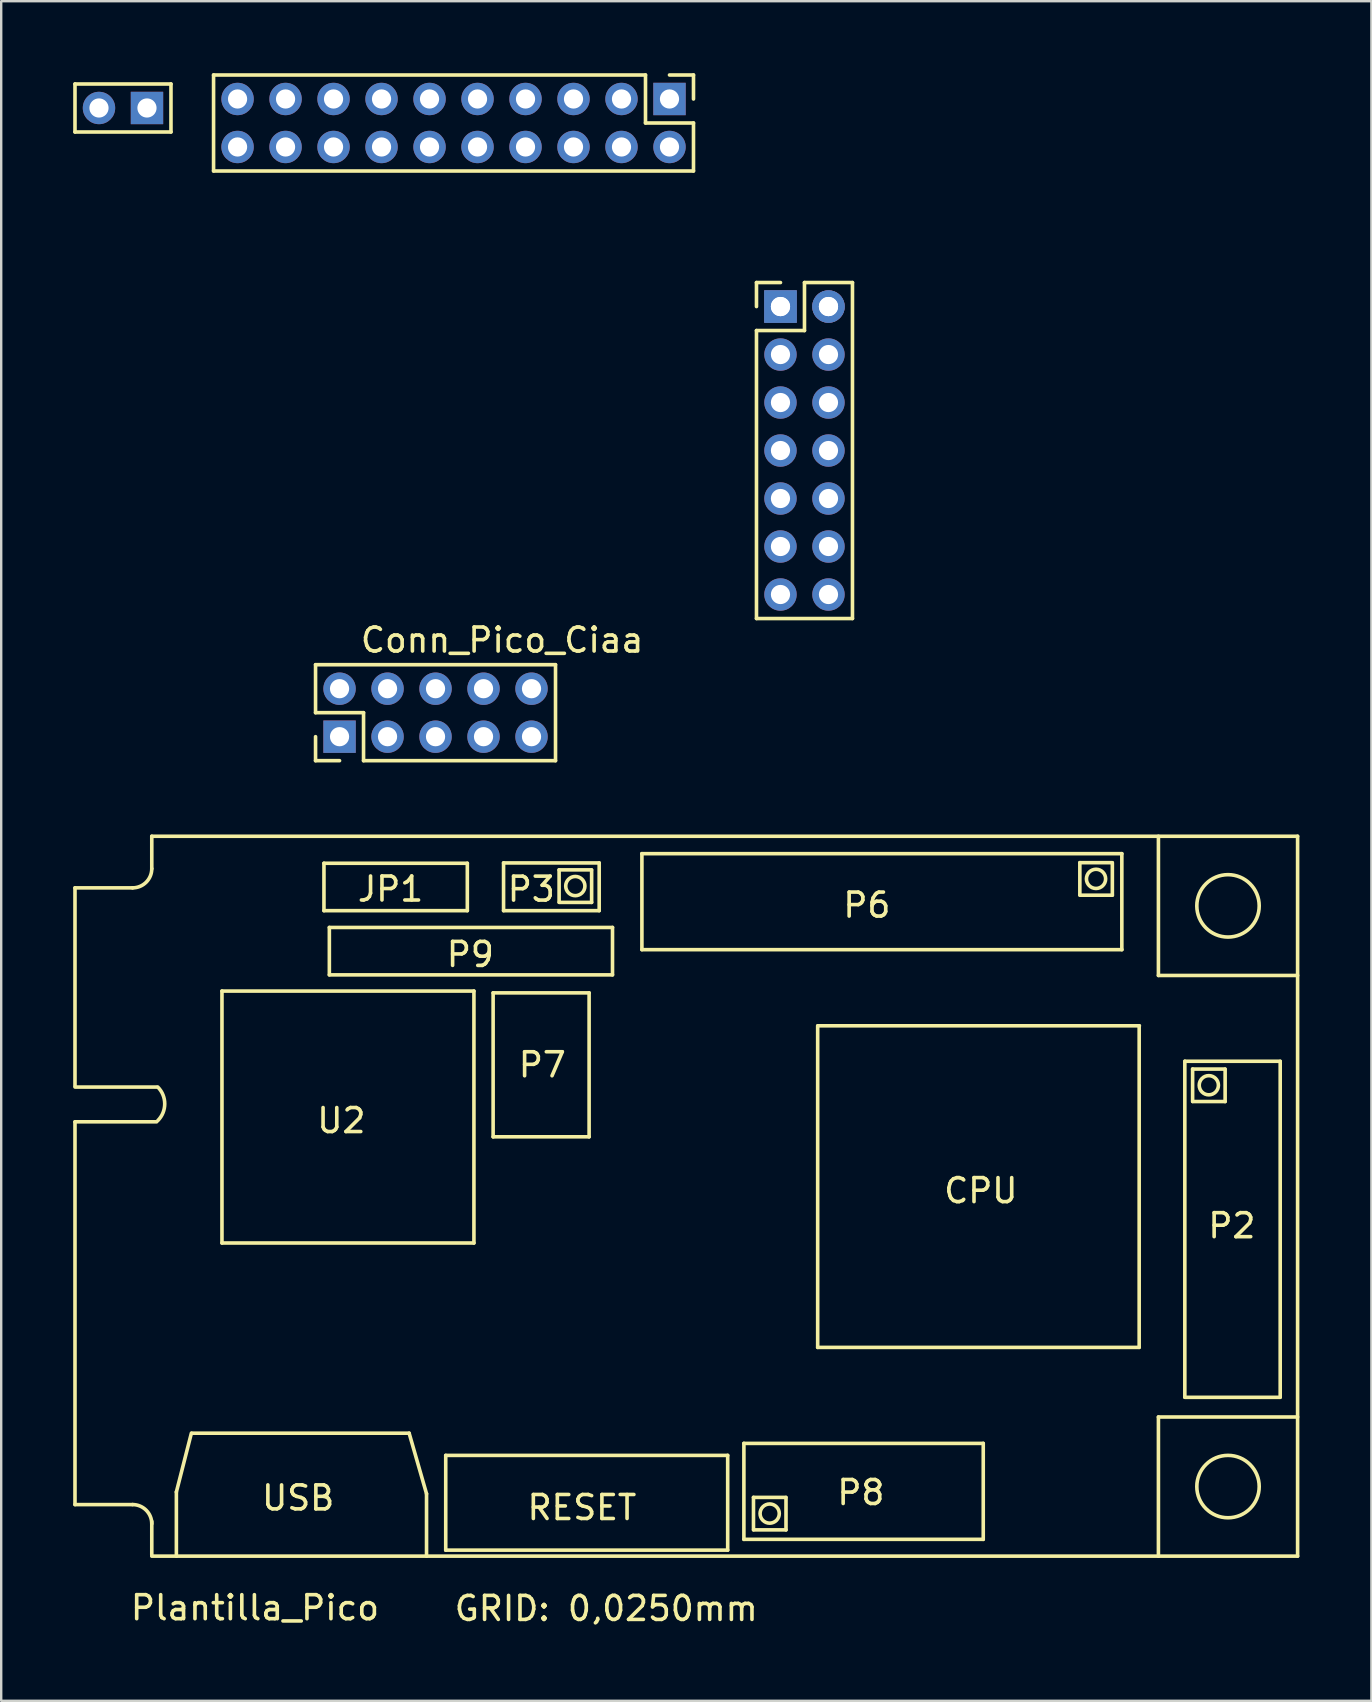
<source format=kicad_pcb>
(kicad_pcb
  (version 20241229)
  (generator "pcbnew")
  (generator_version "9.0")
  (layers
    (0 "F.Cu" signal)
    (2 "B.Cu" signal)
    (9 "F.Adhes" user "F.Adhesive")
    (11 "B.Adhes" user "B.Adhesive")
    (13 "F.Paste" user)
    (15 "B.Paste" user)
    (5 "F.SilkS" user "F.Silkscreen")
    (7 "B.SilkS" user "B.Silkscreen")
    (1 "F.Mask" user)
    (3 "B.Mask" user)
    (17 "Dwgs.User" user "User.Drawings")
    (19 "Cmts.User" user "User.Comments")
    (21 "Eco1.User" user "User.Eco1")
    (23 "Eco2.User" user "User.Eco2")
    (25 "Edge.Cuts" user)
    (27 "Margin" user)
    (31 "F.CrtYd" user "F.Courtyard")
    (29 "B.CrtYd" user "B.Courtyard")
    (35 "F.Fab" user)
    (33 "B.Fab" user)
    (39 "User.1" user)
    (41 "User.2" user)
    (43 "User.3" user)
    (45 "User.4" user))
  (footprint "Conn_Pico_Ciaa"
    (layer "F.Cu")
    (at 29.475 9.725)
    (property "Reference" "Conn_Pico_Ciaa" (at -11.6 13.9 0) (layer "F.SilkS") (effects (font (size 1 1) (thickness 0.15))))
    (attr through_hole)
    (fp_line (start -29.4 -9.275) (end -29.4 -7.275) (stroke (width 0.15) (type solid)) (layer "F.SilkS"))
    (fp_line (start -29.4 -7.275) (end -25.4 -7.275) (stroke (width 0.15) (type solid)) (layer "F.SilkS"))
    (fp_line (start -25.4 -9.275) (end -29.4 -9.275) (stroke (width 0.15) (type solid)) (layer "F.SilkS"))
    (fp_line (start -25.4 -7.275) (end -25.4 -9.275) (stroke (width 0.15) (type solid)) (layer "F.SilkS"))
    (fp_line (start -23.625 -9.65) (end -5.625 -9.65) (stroke (width 0.15) (type solid)) (layer "F.SilkS"))
    (fp_line (start -23.625 -5.65) (end -23.625 -9.65) (stroke (width 0.15) (type solid)) (layer "F.SilkS"))
    (fp_line (start -19.375 14.925) (end -19.375 16.925) (stroke (width 0.15) (type solid)) (layer "F.SilkS"))
    (fp_line (start -19.375 16.925) (end -17.375 16.925) (stroke (width 0.15) (type solid)) (layer "F.SilkS"))
    (fp_line (start -19.375 17.925) (end -19.375 18.925) (stroke (width 0.15) (type solid)) (layer "F.SilkS"))
    (fp_line (start -19.375 18.925) (end -18.375 18.925) (stroke (width 0.15) (type solid)) (layer "F.SilkS"))
    (fp_line (start -17.375 16.925) (end -17.375 18.925) (stroke (width 0.15) (type solid)) (layer "F.SilkS"))
    (fp_line (start -17.375 18.925) (end -9.375 18.925) (stroke (width 0.15) (type solid)) (layer "F.SilkS"))
    (fp_line (start -9.375 14.925) (end -19.375 14.925) (stroke (width 0.15) (type solid)) (layer "F.SilkS"))
    (fp_line (start -9.375 18.925) (end -9.375 14.925) (stroke (width 0.15) (type solid)) (layer "F.SilkS"))
    (fp_line (start -5.625 -9.65) (end -5.625 -7.65) (stroke (width 0.15) (type solid)) (layer "F.SilkS"))
    (fp_line (start -5.625 -7.65) (end -3.625 -7.65) (stroke (width 0.15) (type solid)) (layer "F.SilkS"))
    (fp_line (start -4.625 -9.65) (end -3.625 -9.65) (stroke (width 0.15) (type solid)) (layer "F.SilkS"))
    (fp_line (start -3.625 -9.65) (end -3.625 -8.65) (stroke (width 0.15) (type solid)) (layer "F.SilkS"))
    (fp_line (start -3.625 -7.65) (end -3.625 -5.65) (stroke (width 0.15) (type solid)) (layer "F.SilkS"))
    (fp_line (start -3.625 -5.65) (end -23.625 -5.65) (stroke (width 0.15) (type solid)) (layer "F.SilkS"))
    (fp_line (start -1 -1) (end 0 -1) (stroke (width 0.15) (type solid)) (layer "F.SilkS"))
    (fp_line (start -1 0) (end -1 -1) (stroke (width 0.15) (type solid)) (layer "F.SilkS"))
    (fp_line (start -1 1) (end -1 13) (stroke (width 0.15) (type solid)) (layer "F.SilkS"))
    (fp_line (start -1 13) (end 3 13) (stroke (width 0.15) (type solid)) (layer "F.SilkS"))
    (fp_line (start 1 -1) (end 3 -1) (stroke (width 0.15) (type solid)) (layer "F.SilkS"))
    (fp_line (start 1 1) (end -1 1) (stroke (width 0.15) (type solid)) (layer "F.SilkS"))
    (fp_line (start 1 1) (end 1 -1) (stroke (width 0.15) (type solid)) (layer "F.SilkS"))
    (fp_line (start 3 -1) (end 3 13) (stroke (width 0.15) (type solid)) (layer "F.SilkS"))
    (pad "1" thru_hole rect (at 0 0) (size 1.35 1.35) (drill 0.8) (layers "*.Cu" "*.Mask"))
    (pad "1" thru_hole rect (at 0 0) (size 1.35 1.35) (drill 0.8) (layers "*.Cu" "*.Mask"))
    (pad "2" thru_hole circle (at 2 0) (size 1.35 1.35) (drill 0.8) (layers "*.Cu" "*.Mask"))
    (pad "2" thru_hole circle (at 2 0) (size 1.35 1.35) (drill 0.8) (layers "*.Cu" "*.Mask"))
    (pad "3" thru_hole circle (at 0 2) (size 1.35 1.35) (drill 0.8) (layers "*.Cu" "*.Mask"))
    (pad "4" thru_hole circle (at 2 2) (size 1.35 1.35) (drill 0.8) (layers "*.Cu" "*.Mask"))
    (pad "5" thru_hole circle (at 0 4) (size 1.35 1.35) (drill 0.8) (layers "*.Cu" "*.Mask"))
    (pad "6" thru_hole circle (at 2 4) (size 1.35 1.35) (drill 0.8) (layers "*.Cu" "*.Mask"))
    (pad "7" thru_hole circle (at 0 6) (size 1.35 1.35) (drill 0.8) (layers "*.Cu" "*.Mask"))
    (pad "8" thru_hole circle (at 2 6) (size 1.35 1.35) (drill 0.8) (layers "*.Cu" "*.Mask"))
    (pad "9" thru_hole circle (at 0 8) (size 1.35 1.35) (drill 0.8) (layers "*.Cu" "*.Mask"))
    (pad "10" thru_hole circle (at 2 8) (size 1.35 1.35) (drill 0.8) (layers "*.Cu" "*.Mask"))
    (pad "11" thru_hole circle (at 0 10) (size 1.35 1.35) (drill 0.8) (layers "*.Cu" "*.Mask"))
    (pad "12" thru_hole circle (at 2 10) (size 1.35 1.35) (drill 0.8) (layers "*.Cu" "*.Mask"))
    (pad "13" thru_hole circle (at 0 12) (size 1.35 1.35) (drill 0.8) (layers "*.Cu" "*.Mask"))
    (pad "14" thru_hole circle (at 2 12) (size 1.35 1.35) (drill 0.8) (layers "*.Cu" "*.Mask"))
    (pad "15" thru_hole rect (at -26.4 -8.275) (size 1.35 1.35) (drill 0.8) (layers "*.Cu" "*.Mask"))
    (pad "16" thru_hole circle (at -28.4 -8.275) (size 1.35 1.35) (drill 0.8) (layers "*.Cu" "*.Mask"))
    (pad "17" thru_hole rect (at -4.625 -8.65) (size 1.35 1.35) (drill 0.8) (layers "*.Cu" "*.Mask"))
    (pad "18" thru_hole circle (at -4.625 -6.65) (size 1.35 1.35) (drill 0.8) (layers "*.Cu" "*.Mask"))
    (pad "19" thru_hole circle (at -6.625 -8.65) (size 1.35 1.35) (drill 0.8) (layers "*.Cu" "*.Mask"))
    (pad "20" thru_hole circle (at -6.625 -6.65) (size 1.35 1.35) (drill 0.8) (layers "*.Cu" "*.Mask"))
    (pad "21" thru_hole circle (at -8.625 -8.65) (size 1.35 1.35) (drill 0.8) (layers "*.Cu" "*.Mask"))
    (pad "22" thru_hole circle (at -8.625 -6.65) (size 1.35 1.35) (drill 0.8) (layers "*.Cu" "*.Mask"))
    (pad "23" thru_hole circle (at -10.625 -8.65) (size 1.35 1.35) (drill 0.8) (layers "*.Cu" "*.Mask"))
    (pad "24" thru_hole circle (at -10.625 -6.65) (size 1.35 1.35) (drill 0.8) (layers "*.Cu" "*.Mask"))
    (pad "25" thru_hole circle (at -12.625 -8.65) (size 1.35 1.35) (drill 0.8) (layers "*.Cu" "*.Mask"))
    (pad "26" thru_hole circle (at -12.625 -6.65) (size 1.35 1.35) (drill 0.8) (layers "*.Cu" "*.Mask"))
    (pad "27" thru_hole circle (at -14.625 -8.65) (size 1.35 1.35) (drill 0.8) (layers "*.Cu" "*.Mask"))
    (pad "28" thru_hole circle (at -14.625 -6.65) (size 1.35 1.35) (drill 0.8) (layers "*.Cu" "*.Mask"))
    (pad "29" thru_hole circle (at -16.625 -8.65) (size 1.35 1.35) (drill 0.8) (layers "*.Cu" "*.Mask"))
    (pad "30" thru_hole circle (at -16.625 -6.65) (size 1.35 1.35) (drill 0.8) (layers "*.Cu" "*.Mask"))
    (pad "31" thru_hole circle (at -18.625 -8.65) (size 1.35 1.35) (drill 0.8) (layers "*.Cu" "*.Mask"))
    (pad "32" thru_hole circle (at -18.625 -6.65) (size 1.35 1.35) (drill 0.8) (layers "*.Cu" "*.Mask"))
    (pad "33" thru_hole circle (at -20.625 -8.65) (size 1.35 1.35) (drill 0.8) (layers "*.Cu" "*.Mask"))
    (pad "34" thru_hole circle (at -20.625 -6.65) (size 1.35 1.35) (drill 0.8) (layers "*.Cu" "*.Mask"))
    (pad "35" thru_hole circle (at -22.625 -8.65) (size 1.35 1.35) (drill 0.8) (layers "*.Cu" "*.Mask"))
    (pad "36" thru_hole circle (at -22.625 -6.65) (size 1.35 1.35) (drill 0.8) (layers "*.Cu" "*.Mask"))
    (pad "37" thru_hole rect (at -18.375 17.925) (size 1.35 1.35) (drill 0.8) (layers "*.Cu" "*.Mask"))
    (pad "38" thru_hole circle (at -18.375 15.925) (size 1.35 1.35) (drill 0.8) (layers "*.Cu" "*.Mask"))
    (pad "39" thru_hole circle (at -16.375 17.925) (size 1.35 1.35) (drill 0.8) (layers "*.Cu" "*.Mask"))
    (pad "40" thru_hole circle (at -16.375 15.925) (size 1.35 1.35) (drill 0.8) (layers "*.Cu" "*.Mask"))
    (pad "41" thru_hole circle (at -14.375 17.925) (size 1.35 1.35) (drill 0.8) (layers "*.Cu" "*.Mask"))
    (pad "42" thru_hole circle (at -14.375 15.925) (size 1.35 1.35) (drill 0.8) (layers "*.Cu" "*.Mask"))
    (pad "43" thru_hole circle (at -12.375 17.925) (size 1.35 1.35) (drill 0.8) (layers "*.Cu" "*.Mask"))
    (pad "44" thru_hole circle (at -12.375 15.925) (size 1.35 1.35) (drill 0.8) (layers "*.Cu" "*.Mask"))
    (pad "45" thru_hole circle (at -10.375 17.925) (size 1.35 1.35) (drill 0.8) (layers "*.Cu" "*.Mask"))
    (pad "46" thru_hole circle (at -10.375 15.925) (size 1.35 1.35) (drill 0.8) (layers "*.Cu" "*.Mask")))
  (footprint "Plantilla_Pico"
    (layer "F.Cu")
    (at 47.265 42.18)
    (property "Reference" "Plantilla_Pico" (at -39.69 21.77 0) (layer "F.SilkS") (effects (font (size 1 1) (thickness 0.15))))
    (attr through_hole)
    (fp_line (start -47.19 -8.23) (end -44.79 -8.23) (stroke (width 0.15) (type solid)) (layer "F.SilkS"))
    (fp_line (start -47.19 0.02) (end -47.19 -8.23) (stroke (width 0.15) (type solid)) (layer "F.SilkS"))
    (fp_line (start -47.19 0.07) (end -43.79 0.07) (stroke (width 0.15) (type solid)) (layer "F.SilkS"))
    (fp_line (start -47.19 1.52) (end -43.79 1.52) (stroke (width 0.15) (type solid)) (layer "F.SilkS"))
    (fp_line (start -47.19 17.47) (end -47.19 1.52) (stroke (width 0.15) (type solid)) (layer "F.SilkS"))
    (fp_line (start -47.19 17.47) (end -44.79 17.47) (stroke (width 0.15) (type solid)) (layer "F.SilkS"))
    (fp_line (start -43.99 -10.38) (end 3.76 -10.38) (stroke (width 0.15) (type solid)) (layer "F.SilkS"))
    (fp_line (start -43.99 -9.03) (end -43.99 -10.38) (stroke (width 0.15) (type solid)) (layer "F.SilkS"))
    (fp_line (start -43.99 19.57) (end -43.99 18.17) (stroke (width 0.15) (type solid)) (layer "F.SilkS"))
    (fp_line (start -42.965 19.62) (end -42.965 16.945) (stroke (width 0.15) (type solid)) (layer "F.SilkS"))
    (fp_line (start -42.34 14.495) (end -42.965 16.945) (stroke (width 0.15) (type solid)) (layer "F.SilkS"))
    (fp_line (start -42.315 14.495) (end -33.265 14.495) (stroke (width 0.15) (type solid)) (layer "F.SilkS"))
    (fp_line (start -41.065 -3.93) (end -41.065 6.57) (stroke (width 0.15) (type solid)) (layer "F.SilkS"))
    (fp_line (start -41.065 -3.93) (end -30.565 -3.93) (stroke (width 0.15) (type solid)) (layer "F.SilkS"))
    (fp_line (start -41.065 6.57) (end -30.565 6.57) (stroke (width 0.15) (type solid)) (layer "F.SilkS"))
    (fp_line (start -36.815 -9.255) (end -36.815 -7.28) (stroke (width 0.15) (type solid)) (layer "F.SilkS"))
    (fp_line (start -36.815 -9.255) (end -30.84 -9.255) (stroke (width 0.15) (type solid)) (layer "F.SilkS"))
    (fp_line (start -36.815 -7.28) (end -30.84 -7.28) (stroke (width 0.15) (type solid)) (layer "F.SilkS"))
    (fp_line (start -36.59 -6.58) (end -36.59 -4.605) (stroke (width 0.15) (type solid)) (layer "F.SilkS"))
    (fp_line (start -36.59 -6.58) (end -24.79 -6.58) (stroke (width 0.15) (type solid)) (layer "F.SilkS"))
    (fp_line (start -33.265 14.495) (end -32.54 17.02) (stroke (width 0.15) (type solid)) (layer "F.SilkS"))
    (fp_line (start -32.54 17.02) (end -32.54 19.62) (stroke (width 0.15) (type solid)) (layer "F.SilkS"))
    (fp_line (start -31.74 15.42) (end -31.74 19.37) (stroke (width 0.15) (type solid)) (layer "F.SilkS"))
    (fp_line (start -31.74 15.42) (end -19.99 15.42) (stroke (width 0.15) (type solid)) (layer "F.SilkS"))
    (fp_line (start -31.74 19.37) (end -19.99 19.37) (stroke (width 0.15) (type solid)) (layer "F.SilkS"))
    (fp_line (start -30.84 -9.255) (end -30.84 -7.28) (stroke (width 0.15) (type solid)) (layer "F.SilkS"))
    (fp_line (start -30.565 -3.93) (end -30.565 6.57) (stroke (width 0.15) (type solid)) (layer "F.SilkS"))
    (fp_line (start -29.765 -3.855) (end -25.765 -3.855) (stroke (width 0.15) (type solid)) (layer "F.SilkS"))
    (fp_line (start -29.765 2.145) (end -29.765 -3.855) (stroke (width 0.15) (type solid)) (layer "F.SilkS"))
    (fp_line (start -29.765 2.145) (end -25.765 2.145) (stroke (width 0.15) (type solid)) (layer "F.SilkS"))
    (fp_line (start -29.33 -9.27) (end -29.33 -7.28) (stroke (width 0.15) (type solid)) (layer "F.SilkS"))
    (fp_line (start -29.33 -9.27) (end -25.345 -9.27) (stroke (width 0.15) (type solid)) (layer "F.SilkS"))
    (fp_line (start -29.33 -7.28) (end -25.345 -7.28) (stroke (width 0.15) (type solid)) (layer "F.SilkS"))
    (fp_line (start -27.015 -8.98) (end -27.015 -7.63) (stroke (width 0.15) (type solid)) (layer "F.SilkS"))
    (fp_line (start -27.015 -8.98) (end -25.665 -8.98) (stroke (width 0.15) (type solid)) (layer "F.SilkS"))
    (fp_line (start -25.765 2.145) (end -25.765 -3.855) (stroke (width 0.15) (type solid)) (layer "F.SilkS"))
    (fp_line (start -25.66 -7.625) (end -27.01 -7.625) (stroke (width 0.15) (type solid)) (layer "F.SilkS"))
    (fp_line (start -25.66 -7.625) (end -25.66 -8.975) (stroke (width 0.15) (type solid)) (layer "F.SilkS"))
    (fp_line (start -25.345 -9.27) (end -25.345 -7.28) (stroke (width 0.15) (type solid)) (layer "F.SilkS"))
    (fp_line (start -24.79 -6.58) (end -24.79 -4.605) (stroke (width 0.15) (type solid)) (layer "F.SilkS"))
    (fp_line (start -24.79 -4.605) (end -36.59 -4.605) (stroke (width 0.15) (type solid)) (layer "F.SilkS"))
    (fp_line (start -23.569 -9.655) (end -3.565 -9.655) (stroke (width 0.15) (type solid)) (layer "F.SilkS"))
    (fp_line (start -23.565 -9.655) (end -23.565 -5.655) (stroke (width 0.15) (type solid)) (layer "F.SilkS"))
    (fp_line (start -19.99 15.42) (end -19.99 19.37) (stroke (width 0.15) (type solid)) (layer "F.SilkS"))
    (fp_line (start -19.315 14.92) (end -19.315 18.92) (stroke (width 0.15) (type solid)) (layer "F.SilkS"))
    (fp_line (start -19.315 14.92) (end -9.34 14.92) (stroke (width 0.15) (type solid)) (layer "F.SilkS"))
    (fp_line (start -18.915 17.17) (end -18.915 18.52) (stroke (width 0.15) (type solid)) (layer "F.SilkS"))
    (fp_line (start -18.915 17.17) (end -17.565 17.17) (stroke (width 0.15) (type solid)) (layer "F.SilkS"))
    (fp_line (start -17.56 18.525) (end -18.91 18.525) (stroke (width 0.15) (type solid)) (layer "F.SilkS"))
    (fp_line (start -17.56 18.525) (end -17.56 17.175) (stroke (width 0.15) (type solid)) (layer "F.SilkS"))
    (fp_line (start -16.24 -2.48) (end -16.24 10.92) (stroke (width 0.15) (type solid)) (layer "F.SilkS"))
    (fp_line (start -16.233 -2.482) (end -2.833 -2.482) (stroke (width 0.15) (type solid)) (layer "F.SilkS"))
    (fp_line (start -9.34 18.92) (end -19.315 18.92) (stroke (width 0.15) (type solid)) (layer "F.SilkS"))
    (fp_line (start -9.34 18.92) (end -9.34 14.92) (stroke (width 0.15) (type solid)) (layer "F.SilkS"))
    (fp_line (start -5.315 -9.28) (end -5.315 -7.93) (stroke (width 0.15) (type solid)) (layer "F.SilkS"))
    (fp_line (start -5.315 -9.28) (end -3.965 -9.28) (stroke (width 0.15) (type solid)) (layer "F.SilkS"))
    (fp_line (start -3.96 -7.925) (end -5.31 -7.925) (stroke (width 0.15) (type solid)) (layer "F.SilkS"))
    (fp_line (start -3.96 -7.925) (end -3.96 -9.275) (stroke (width 0.15) (type solid)) (layer "F.SilkS"))
    (fp_line (start -3.565 -5.655) (end -3.565 -9.655) (stroke (width 0.15) (type solid)) (layer "F.SilkS"))
    (fp_line (start -3.561 -5.655) (end -23.565 -5.655) (stroke (width 0.15) (type solid)) (layer "F.SilkS"))
    (fp_line (start -2.842 10.918) (end -2.842 -2.482) (stroke (width 0.15) (type solid)) (layer "F.SilkS"))
    (fp_line (start -2.84 10.92) (end -16.24 10.92) (stroke (width 0.15) (type solid)) (layer "F.SilkS"))
    (fp_line (start -2.04 -4.58) (end -2.04 -10.38) (stroke (width 0.15) (type solid)) (layer "F.SilkS"))
    (fp_line (start -2.04 -4.58) (end 3.76 -4.58) (stroke (width 0.15) (type solid)) (layer "F.SilkS"))
    (fp_line (start -2.04 13.82) (end -2.04 19.62) (stroke (width 0.15) (type solid)) (layer "F.SilkS"))
    (fp_line (start -2.04 13.82) (end 3.76 13.82) (stroke (width 0.15) (type solid)) (layer "F.SilkS"))
    (fp_line (start -0.94 -1.005) (end -0.94 12.995) (stroke (width 0.15) (type solid)) (layer "F.SilkS"))
    (fp_line (start -0.935 -1.005) (end 3.035 -1.005) (stroke (width 0.15) (type solid)) (layer "F.SilkS"))
    (fp_line (start -0.615 -0.68) (end -0.615 0.67) (stroke (width 0.15) (type solid)) (layer "F.SilkS"))
    (fp_line (start -0.615 -0.68) (end 0.735 -0.68) (stroke (width 0.15) (type solid)) (layer "F.SilkS"))
    (fp_line (start 0.74 0.675) (end -0.61 0.675) (stroke (width 0.15) (type solid)) (layer "F.SilkS"))
    (fp_line (start 0.74 0.675) (end 0.74 -0.675) (stroke (width 0.15) (type solid)) (layer "F.SilkS"))
    (fp_line (start 3.03 13) (end -0.94 13) (stroke (width 0.15) (type solid)) (layer "F.SilkS"))
    (fp_line (start 3.035 13) (end 3.035 -1) (stroke (width 0.15) (type solid)) (layer "F.SilkS"))
    (fp_line (start 3.76 19.62) (end -43.99 19.62) (stroke (width 0.15) (type solid)) (layer "F.SilkS"))
    (fp_line (start 3.76 19.62) (end 3.76 -10.38) (stroke (width 0.15) (type solid)) (layer "F.SilkS"))
    (fp_arc (start -44.79 17.47) (mid -44.224315 17.704315) (end -43.99 18.27) (stroke (width 0.15) (type solid)) (layer "F.SilkS"))
    (fp_arc (start -43.99 -9.03) (mid -44.224315 -8.464315) (end -44.79 -8.23) (stroke (width 0.15) (type solid)) (layer "F.SilkS"))
    (fp_arc (start -43.74 0.07) (mid -43.450051 0.77) (end -43.74 1.47) (stroke (width 0.15) (type solid)) (layer "F.SilkS"))
    (fp_circle (center -26.34 -8.305) (end -25.94 -8.305) (stroke (width 0.15) (type solid)) (fill no) (layer "F.SilkS"))
    (fp_circle (center -18.24 17.845) (end -17.84 17.845) (stroke (width 0.15) (type solid)) (fill no) (layer "F.SilkS"))
    (fp_circle (center -4.64 -8.605) (end -4.24 -8.605) (stroke (width 0.15) (type solid)) (fill no) (layer "F.SilkS"))
    (fp_circle (center 0.06 -0.005) (end 0.46 -0.005) (stroke (width 0.15) (type solid)) (fill no) (layer "F.SilkS"))
    (fp_circle (center 0.86 -7.48) (end 2.16 -7.48) (stroke (width 0.15) (type solid)) (fill no) (layer "F.SilkS"))
    (fp_circle (center 0.86 16.72) (end 2.16 16.72) (stroke (width 0.15) (type solid)) (fill no) (layer "F.SilkS"))
    (fp_text user "P6" (at -14.19 -7.51 0) (layer "F.SilkS") (effects (font (size 1 1) (thickness 0.15))))
    (fp_text user "P7" (at -27.715 -0.855 0) (layer "F.SilkS") (effects (font (size 1 1) (thickness 0.15))))
    (fp_text user "RESET" (at -26.065 17.595 0) (layer "F.SilkS") (effects (font (size 1 1) (thickness 0.15))))
    (fp_text user "P8" (at -14.44 16.97 0) (layer "F.SilkS") (effects (font (size 1 1) (thickness 0.15))))
    (fp_text user "P9" (at -30.715 -5.455 0) (layer "F.SilkS") (effects (font (size 1 1) (thickness 0.15))))
    (fp_text user "P3" (at -28.175 -8.175 0) (layer "F.SilkS") (effects (font (size 1 1) (thickness 0.15))))
    (fp_text user "P2" (at 1.02 5.85 0) (layer "F.SilkS") (effects (font (size 1 1) (thickness 0.15))))
    (fp_text user "U2" (at -36.09 1.47 0) (layer "F.SilkS") (effects (font (size 1 1) (thickness 0.15))))
    (fp_text user "USB" (at -37.89 17.195 0) (layer "F.SilkS") (effects (font (size 1 1) (thickness 0.15))))
    (fp_text user "JP1" (at -34.04 -8.18 0) (layer "F.SilkS") (effects (font (size 1 1) (thickness 0.15))))
    (fp_text user "GRID: 0,0250mm" (at -25.05 21.8 0) (layer "F.SilkS") (effects (font (size 1 1) (thickness 0.15))))
    (fp_text user "CPU" (at -9.44 4.39 0) (layer "F.SilkS") (effects (font (size 1 1) (thickness 0.15)))))
  (gr_rect
    (start -3 -3)
    (end 54.1 67.828)
    (stroke (width 0.1) (type default))
    (fill no)
    (layer "Edge.Cuts")))
</source>
